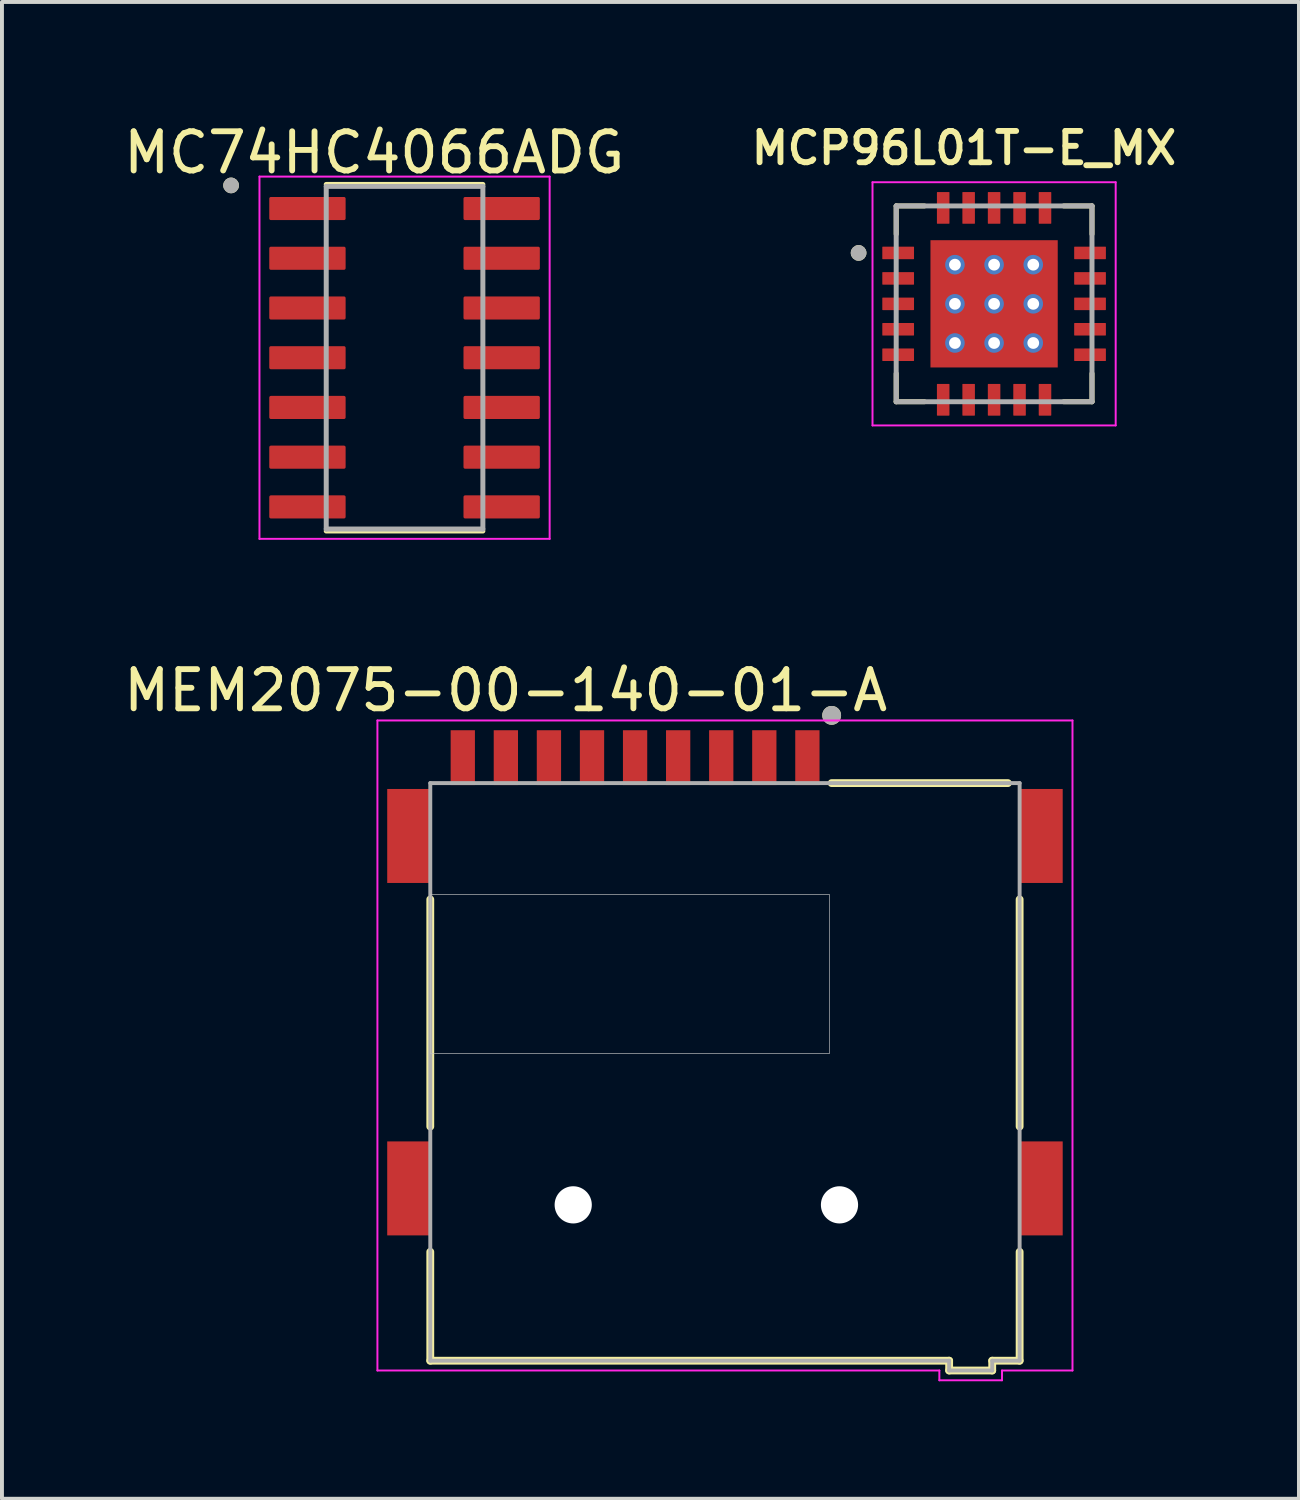
<source format=kicad_pcb>
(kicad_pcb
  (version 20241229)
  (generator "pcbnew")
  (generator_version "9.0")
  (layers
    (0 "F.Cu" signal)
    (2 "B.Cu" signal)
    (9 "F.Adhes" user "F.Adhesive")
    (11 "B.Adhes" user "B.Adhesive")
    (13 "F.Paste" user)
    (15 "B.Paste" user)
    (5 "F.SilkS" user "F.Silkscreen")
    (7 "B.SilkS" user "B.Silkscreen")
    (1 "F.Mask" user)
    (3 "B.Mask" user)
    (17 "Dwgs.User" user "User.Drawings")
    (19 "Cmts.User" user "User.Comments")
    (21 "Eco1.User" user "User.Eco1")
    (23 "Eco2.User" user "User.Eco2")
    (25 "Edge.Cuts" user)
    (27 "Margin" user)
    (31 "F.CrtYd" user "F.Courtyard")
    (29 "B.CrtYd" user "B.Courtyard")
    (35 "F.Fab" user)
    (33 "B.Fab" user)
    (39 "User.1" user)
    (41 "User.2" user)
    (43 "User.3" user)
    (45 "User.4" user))
  (footprint "MEM2075-00-140-01-A"
    (layer "F.Cu")
    (at 14.988 27.718)
    (property "Reference" "MEM2075-00-140-01-A" (at -5.125 -13.135 0) (layer "F.SilkS") (effects (font (size 1 1) (thickness 0.15))))
    (attr through_hole)
    (fp_line (start -7.05 -2) (end -7.05 -7.8) (stroke (width 0.2) (type solid)) (layer "F.SilkS"))
    (fp_line (start -7.05 3.98) (end -7.05 1.2) (stroke (width 0.2) (type solid)) (layer "F.SilkS"))
    (fp_line (start -7.05 3.98) (end 6.2 3.98) (stroke (width 0.2) (type solid)) (layer "F.SilkS"))
    (fp_line (start 3.2 -10.77) (end 7.7 -10.77) (stroke (width 0.2) (type solid)) (layer "F.SilkS"))
    (fp_line (start 6.2 3.98) (end 6.2 4.23) (stroke (width 0.2) (type solid)) (layer "F.SilkS"))
    (fp_line (start 6.2 4.23) (end 7.3 4.23) (stroke (width 0.2) (type solid)) (layer "F.SilkS"))
    (fp_line (start 7.3 3.98) (end 8 3.98) (stroke (width 0.2) (type solid)) (layer "F.SilkS"))
    (fp_line (start 7.3 4.23) (end 7.3 3.98) (stroke (width 0.2) (type solid)) (layer "F.SilkS"))
    (fp_line (start 8 -2) (end 8 -7.8) (stroke (width 0.2) (type solid)) (layer "F.SilkS"))
    (fp_line (start 8 3.98) (end 8 1.2) (stroke (width 0.2) (type solid)) (layer "F.SilkS"))
    (fp_circle (center 3.2 -12.5) (end 3.32 -12.5) (stroke (width 0.24) (type solid)) (fill no) (layer "F.SilkS"))
    (fp_poly (pts (xy -7.05 -7.92) (xy 3.15 -7.92) (xy 3.15 -3.87) (xy -7.05 -3.87)) (stroke (width 0.01) (type solid)) (fill no) (layer "Dwgs.User"))
    (fp_poly (pts (xy -7.05 -7.92) (xy 3.15 -7.92) (xy 3.15 -3.87) (xy -7.05 -3.87)) (stroke (width 0.01) (type solid)) (fill no) (layer "Dwgs.User"))
    (fp_line (start -8.4 -12.37) (end 9.35 -12.37) (stroke (width 0.05) (type solid)) (layer "F.CrtYd"))
    (fp_line (start -8.4 4.23) (end -8.4 -12.37) (stroke (width 0.05) (type solid)) (layer "F.CrtYd"))
    (fp_line (start -8.4 4.23) (end 5.95 4.23) (stroke (width 0.05) (type solid)) (layer "F.CrtYd"))
    (fp_line (start 5.95 4.23) (end 5.95 4.48) (stroke (width 0.05) (type solid)) (layer "F.CrtYd"))
    (fp_line (start 5.95 4.48) (end 7.55 4.48) (stroke (width 0.05) (type solid)) (layer "F.CrtYd"))
    (fp_line (start 7.55 4.23) (end 9.35 4.23) (stroke (width 0.05) (type solid)) (layer "F.CrtYd"))
    (fp_line (start 7.55 4.48) (end 7.55 4.23) (stroke (width 0.05) (type solid)) (layer "F.CrtYd"))
    (fp_line (start 9.35 -12.37) (end 9.35 4.23) (stroke (width 0.05) (type solid)) (layer "F.CrtYd"))
    (fp_line (start -7.05 -10.77) (end 8 -10.77) (stroke (width 0.1) (type solid)) (layer "F.Fab"))
    (fp_line (start -7.05 3.98) (end -7.05 -10.77) (stroke (width 0.1) (type solid)) (layer "F.Fab"))
    (fp_line (start -7.05 3.98) (end 6.2 3.98) (stroke (width 0.1) (type solid)) (layer "F.Fab"))
    (fp_line (start 6.2 3.98) (end 6.2 4.23) (stroke (width 0.1) (type solid)) (layer "F.Fab"))
    (fp_line (start 6.2 4.23) (end 7.3 4.23) (stroke (width 0.1) (type solid)) (layer "F.Fab"))
    (fp_line (start 7.3 3.98) (end 8 3.98) (stroke (width 0.1) (type solid)) (layer "F.Fab"))
    (fp_line (start 7.3 4.23) (end 7.3 3.98) (stroke (width 0.1) (type solid)) (layer "F.Fab"))
    (fp_line (start 8 3.98) (end 8 -10.77) (stroke (width 0.1) (type solid)) (layer "F.Fab"))
    (fp_circle (center 3.2 -12.5) (end 3.32 -12.5) (stroke (width 0.24) (type solid)) (fill no) (layer "F.Fab"))
    (pad "" np_thru_hole circle (at -3.4 0) (size 0.95 0.95) (drill 0.95) (layers "*.Cu" "*.Mask"))
    (pad "" np_thru_hole circle (at 3.4 0) (size 0.95 0.95) (drill 0.95) (layers "*.Cu" "*.Mask"))
    (pad "P1" smd rect (at 2.58 -11.42) (size 0.62 1.4) (layers "F.Cu" "F.Mask" "F.Paste"))
    (pad "P2" smd rect (at 1.48 -11.42) (size 0.62 1.4) (layers "F.Cu" "F.Mask" "F.Paste"))
    (pad "P3" smd rect (at 0.38 -11.42) (size 0.62 1.4) (layers "F.Cu" "F.Mask" "F.Paste"))
    (pad "P4" smd rect (at -0.72 -11.42) (size 0.62 1.4) (layers "F.Cu" "F.Mask" "F.Paste"))
    (pad "P5" smd rect (at -1.82 -11.42) (size 0.62 1.4) (layers "F.Cu" "F.Mask" "F.Paste"))
    (pad "P6" smd rect (at -2.92 -11.42) (size 0.62 1.4) (layers "F.Cu" "F.Mask" "F.Paste"))
    (pad "P7" smd rect (at -4.02 -11.42) (size 0.62 1.4) (layers "F.Cu" "F.Mask" "F.Paste"))
    (pad "P8" smd rect (at -5.12 -11.42) (size 0.62 1.4) (layers "F.Cu" "F.Mask" "F.Paste"))
    (pad "P9" smd rect (at -6.22 -11.42) (size 0.62 1.4) (layers "F.Cu" "F.Mask" "F.Paste"))
    (pad "SH1" smd rect (at -7.6 -0.42) (size 1.1 2.4) (layers "F.Cu" "F.Mask" "F.Paste"))
    (pad "SH2" smd rect (at -7.6 -9.42) (size 1.1 2.4) (layers "F.Cu" "F.Mask" "F.Paste"))
    (pad "SH3" smd rect (at 8.55 -9.42) (size 1.1 2.4) (layers "F.Cu" "F.Mask" "F.Paste"))
    (pad "SH4" smd rect (at 8.55 -0.42) (size 1.1 2.4) (layers "F.Cu" "F.Mask" "F.Paste")))
  (footprint "MCP96L01T-E_MX"
    (layer "F.Cu")
    (at 22.336 4.709)
    (property "Reference" "MCP96L01T-E_MX" (at -0.77 -3.978 0) (layer "F.SilkS") (effects (font (size 0.8 0.8) (thickness 0.15))))
    (attr through_hole)
    (fp_line (start -2.5 -2.5) (end -2.5 -1.78) (stroke (width 0.127) (type solid)) (layer "F.SilkS"))
    (fp_line (start -2.5 -2.5) (end -1.78 -2.5) (stroke (width 0.127) (type solid)) (layer "F.SilkS"))
    (fp_line (start -2.5 2.5) (end -2.5 1.78) (stroke (width 0.127) (type solid)) (layer "F.SilkS"))
    (fp_line (start -2.5 2.5) (end -1.78 2.5) (stroke (width 0.127) (type solid)) (layer "F.SilkS"))
    (fp_line (start 2.5 -2.5) (end 1.78 -2.5) (stroke (width 0.127) (type solid)) (layer "F.SilkS"))
    (fp_line (start 2.5 -2.5) (end 2.5 -1.78) (stroke (width 0.127) (type solid)) (layer "F.SilkS"))
    (fp_line (start 2.5 2.5) (end 1.78 2.5) (stroke (width 0.127) (type solid)) (layer "F.SilkS"))
    (fp_line (start 2.5 2.5) (end 2.5 1.78) (stroke (width 0.127) (type solid)) (layer "F.SilkS"))
    (fp_circle (center -3.46 -1.3) (end -3.36 -1.3) (stroke (width 0.2) (type solid)) (fill no) (layer "F.SilkS"))
    (fp_poly (pts (xy -1.15 -1.15) (xy 1.15 -1.15) (xy 1.15 1.15) (xy -1.15 1.15)) (stroke (width 0.01) (type solid)) (fill yes) (layer "F.Paste"))
    (fp_line (start -3.105 -3.105) (end 3.105 -3.105) (stroke (width 0.05) (type solid)) (layer "F.CrtYd"))
    (fp_line (start -3.105 3.105) (end -3.105 -3.105) (stroke (width 0.05) (type solid)) (layer "F.CrtYd"))
    (fp_line (start -3.105 3.105) (end 3.105 3.105) (stroke (width 0.05) (type solid)) (layer "F.CrtYd"))
    (fp_line (start 3.105 3.105) (end 3.105 -3.105) (stroke (width 0.05) (type solid)) (layer "F.CrtYd"))
    (fp_line (start -2.5 2.5) (end -2.5 -2.5) (stroke (width 0.127) (type solid)) (layer "F.Fab"))
    (fp_line (start 2.5 -2.5) (end -2.5 -2.5) (stroke (width 0.127) (type solid)) (layer "F.Fab"))
    (fp_line (start 2.5 2.5) (end -2.5 2.5) (stroke (width 0.127) (type solid)) (layer "F.Fab"))
    (fp_line (start 2.5 2.5) (end 2.5 -2.5) (stroke (width 0.127) (type solid)) (layer "F.Fab"))
    (fp_circle (center -3.46 -1.3) (end -3.36 -1.3) (stroke (width 0.2) (type solid)) (fill no) (layer "F.Fab"))
    (pad "1" smd roundrect (at -2.45 -1.3) (size 0.81 0.32) (layers "F.Cu" "F.Mask" "F.Paste") (roundrect_rratio 0.04))
    (pad "2" smd roundrect (at -2.45 -0.65) (size 0.81 0.32) (layers "F.Cu" "F.Mask" "F.Paste") (roundrect_rratio 0.04))
    (pad "3" smd roundrect (at -2.45 0) (size 0.81 0.32) (layers "F.Cu" "F.Mask" "F.Paste") (roundrect_rratio 0.04))
    (pad "4" smd roundrect (at -2.45 0.65) (size 0.81 0.32) (layers "F.Cu" "F.Mask" "F.Paste") (roundrect_rratio 0.04))
    (pad "5" smd roundrect (at -2.45 1.3) (size 0.81 0.32) (layers "F.Cu" "F.Mask" "F.Paste") (roundrect_rratio 0.04))
    (pad "6" smd roundrect (at -1.3 2.45 90) (size 0.81 0.32) (layers "F.Cu" "F.Mask" "F.Paste") (roundrect_rratio 0.04))
    (pad "7" smd roundrect (at -0.65 2.45 90) (size 0.81 0.32) (layers "F.Cu" "F.Mask" "F.Paste") (roundrect_rratio 0.04))
    (pad "8" smd roundrect (at 0 2.45 90) (size 0.81 0.32) (layers "F.Cu" "F.Mask" "F.Paste") (roundrect_rratio 0.04))
    (pad "9" smd roundrect (at 0.65 2.45 90) (size 0.81 0.32) (layers "F.Cu" "F.Mask" "F.Paste") (roundrect_rratio 0.04))
    (pad "10" smd roundrect (at 1.3 2.45 90) (size 0.81 0.32) (layers "F.Cu" "F.Mask" "F.Paste") (roundrect_rratio 0.04))
    (pad "11" smd roundrect (at 2.45 1.3) (size 0.81 0.32) (layers "F.Cu" "F.Mask" "F.Paste") (roundrect_rratio 0.04))
    (pad "12" smd roundrect (at 2.45 0.65) (size 0.81 0.32) (layers "F.Cu" "F.Mask" "F.Paste") (roundrect_rratio 0.04))
    (pad "13" smd roundrect (at 2.45 0) (size 0.81 0.32) (layers "F.Cu" "F.Mask" "F.Paste") (roundrect_rratio 0.04))
    (pad "14" smd roundrect (at 2.45 -0.65) (size 0.81 0.32) (layers "F.Cu" "F.Mask" "F.Paste") (roundrect_rratio 0.04))
    (pad "15" smd roundrect (at 2.45 -1.3) (size 0.81 0.32) (layers "F.Cu" "F.Mask" "F.Paste") (roundrect_rratio 0.04))
    (pad "16" smd roundrect (at 1.3 -2.45 90) (size 0.81 0.32) (layers "F.Cu" "F.Mask" "F.Paste") (roundrect_rratio 0.04))
    (pad "17" smd roundrect (at 0.65 -2.45 90) (size 0.81 0.32) (layers "F.Cu" "F.Mask" "F.Paste") (roundrect_rratio 0.04))
    (pad "18" smd roundrect (at 0 -2.45 90) (size 0.81 0.32) (layers "F.Cu" "F.Mask" "F.Paste") (roundrect_rratio 0.04))
    (pad "19" smd roundrect (at -0.65 -2.45 90) (size 0.81 0.32) (layers "F.Cu" "F.Mask" "F.Paste") (roundrect_rratio 0.04))
    (pad "20" smd roundrect (at -1.3 -2.45 90) (size 0.81 0.32) (layers "F.Cu" "F.Mask" "F.Paste") (roundrect_rratio 0.04))
    (pad "21" smd rect (at 0 0) (size 3.25 3.25) (layers "F.Cu" "F.Mask"))
    (pad "22" thru_hole circle (at -1 -1) (size 0.5 0.5) (drill 0.3) (layers "*.Cu" "*.Mask"))
    (pad "23" thru_hole circle (at 0 -1) (size 0.5 0.5) (drill 0.3) (layers "*.Cu" "*.Mask"))
    (pad "24" thru_hole circle (at 1 -1) (size 0.5 0.5) (drill 0.3) (layers "*.Cu" "*.Mask"))
    (pad "25" thru_hole circle (at -1 0) (size 0.5 0.5) (drill 0.3) (layers "*.Cu" "*.Mask"))
    (pad "26" thru_hole circle (at 0 0) (size 0.5 0.5) (drill 0.3) (layers "*.Cu" "*.Mask"))
    (pad "27" thru_hole circle (at 1 0) (size 0.5 0.5) (drill 0.3) (layers "*.Cu" "*.Mask"))
    (pad "28" thru_hole circle (at -1 1) (size 0.5 0.5) (drill 0.3) (layers "*.Cu" "*.Mask"))
    (pad "29" thru_hole circle (at 0 1) (size 0.5 0.5) (drill 0.3) (layers "*.Cu" "*.Mask"))
    (pad "30" thru_hole circle (at 1 1) (size 0.5 0.5) (drill 0.3) (layers "*.Cu" "*.Mask")))
  (footprint "MC74HC4066ADG"
    (layer "F.Cu")
    (at 7.281 6.085)
    (property "Reference" "MC74HC4066ADG" (at -0.775 -5.237 0) (layer "F.SilkS") (effects (font (size 1 1) (thickness 0.15))))
    (attr through_hole)
    (fp_line (start -2 -4.425) (end 2 -4.425) (stroke (width 0.127) (type solid)) (layer "F.SilkS"))
    (fp_line (start -2 4.425) (end 2 4.425) (stroke (width 0.127) (type solid)) (layer "F.SilkS"))
    (fp_circle (center -4.43 -4.4) (end -4.33 -4.4) (stroke (width 0.2) (type solid)) (fill no) (layer "F.SilkS"))
    (fp_line (start -3.705 -4.625) (end -3.705 4.625) (stroke (width 0.05) (type solid)) (layer "F.CrtYd"))
    (fp_line (start -3.705 -4.625) (end 3.705 -4.625) (stroke (width 0.05) (type solid)) (layer "F.CrtYd"))
    (fp_line (start -3.705 4.625) (end 3.705 4.625) (stroke (width 0.05) (type solid)) (layer "F.CrtYd"))
    (fp_line (start 3.705 -4.625) (end 3.705 4.625) (stroke (width 0.05) (type solid)) (layer "F.CrtYd"))
    (fp_line (start -2 -4.375) (end -2 4.375) (stroke (width 0.127) (type solid)) (layer "F.Fab"))
    (fp_line (start -2 -4.375) (end 2 -4.375) (stroke (width 0.127) (type solid)) (layer "F.Fab"))
    (fp_line (start -2 4.375) (end 2 4.375) (stroke (width 0.127) (type solid)) (layer "F.Fab"))
    (fp_line (start 2 -4.375) (end 2 4.375) (stroke (width 0.127) (type solid)) (layer "F.Fab"))
    (fp_circle (center -4.43 -4.4) (end -4.33 -4.4) (stroke (width 0.2) (type solid)) (fill no) (layer "F.Fab"))
    (pad "1" smd roundrect (at -2.48 -3.81) (size 1.95 0.59) (layers "F.Cu" "F.Mask" "F.Paste") (roundrect_rratio 0.07))
    (pad "2" smd roundrect (at -2.48 -2.54) (size 1.95 0.59) (layers "F.Cu" "F.Mask" "F.Paste") (roundrect_rratio 0.07))
    (pad "3" smd roundrect (at -2.48 -1.27) (size 1.95 0.59) (layers "F.Cu" "F.Mask" "F.Paste") (roundrect_rratio 0.07))
    (pad "4" smd roundrect (at -2.48 0) (size 1.95 0.59) (layers "F.Cu" "F.Mask" "F.Paste") (roundrect_rratio 0.07))
    (pad "5" smd roundrect (at -2.48 1.27) (size 1.95 0.59) (layers "F.Cu" "F.Mask" "F.Paste") (roundrect_rratio 0.07))
    (pad "6" smd roundrect (at -2.48 2.54) (size 1.95 0.59) (layers "F.Cu" "F.Mask" "F.Paste") (roundrect_rratio 0.07))
    (pad "7" smd roundrect (at -2.48 3.81) (size 1.95 0.59) (layers "F.Cu" "F.Mask" "F.Paste") (roundrect_rratio 0.07))
    (pad "8" smd roundrect (at 2.48 3.81) (size 1.95 0.59) (layers "F.Cu" "F.Mask" "F.Paste") (roundrect_rratio 0.07))
    (pad "9" smd roundrect (at 2.48 2.54) (size 1.95 0.59) (layers "F.Cu" "F.Mask" "F.Paste") (roundrect_rratio 0.07))
    (pad "10" smd roundrect (at 2.48 1.27) (size 1.95 0.59) (layers "F.Cu" "F.Mask" "F.Paste") (roundrect_rratio 0.07))
    (pad "11" smd roundrect (at 2.48 0) (size 1.95 0.59) (layers "F.Cu" "F.Mask" "F.Paste") (roundrect_rratio 0.07))
    (pad "12" smd roundrect (at 2.48 -1.27) (size 1.95 0.59) (layers "F.Cu" "F.Mask" "F.Paste") (roundrect_rratio 0.07))
    (pad "13" smd roundrect (at 2.48 -2.54) (size 1.95 0.59) (layers "F.Cu" "F.Mask" "F.Paste") (roundrect_rratio 0.07))
    (pad "14" smd roundrect (at 2.48 -3.81) (size 1.95 0.59) (layers "F.Cu" "F.Mask" "F.Paste") (roundrect_rratio 0.07)))
  (gr_rect
    (start -3 -3)
    (end 30.121 35.224)
    (stroke (width 0.1) (type default))
    (fill no)
    (layer "Edge.Cuts")))
</source>
